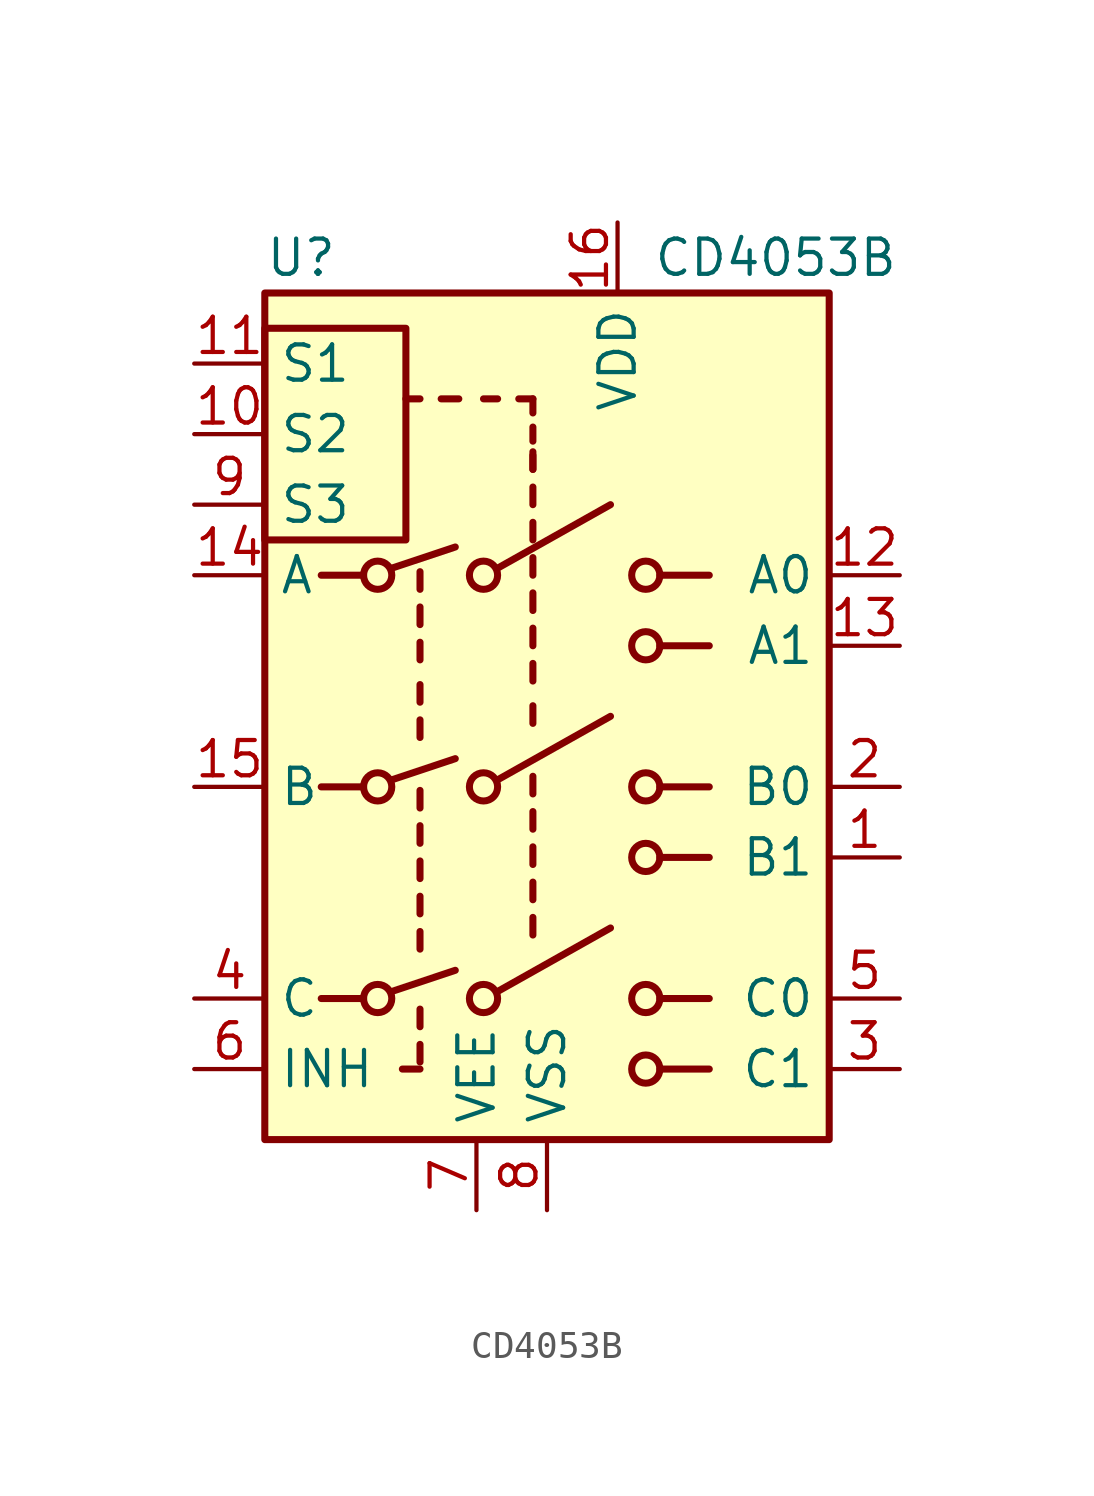
<source format=kicad_sym>
(kicad_symbol_lib
  (version 20200908)
  (generator kicad_symbol_editor)
  (symbol "Analog_Switch:CD4053B"
    (property "Reference" "U"
      (at -10.16 16.51 0)
      (effects (font (size 1.27 1.27)) (justify left)))
    (property "Value" "CD4053B"
      (at 3.81 16.51 0)
      (effects (font (size 1.27 1.27)) (justify left)))
    (symbol "CD4053B_0_1"
      (circle (center -6.096 -10.16) (radius 0.508) (stroke (width 0.254)) (fill (type none)))
      (circle (center -6.096 -2.54) (radius 0.508) (stroke (width 0.254)) (fill (type none)))
      (circle (center -6.096 5.08) (radius 0.508) (stroke (width 0.254)) (fill (type none)))
      (circle (center -2.286 -10.16) (radius 0.508) (stroke (width 0.254)) (fill (type none)))
      (circle (center -2.286 -2.54) (radius 0.508) (stroke (width 0.254)) (fill (type none)))
      (circle (center -2.286 5.08) (radius 0.508) (stroke (width 0.254)) (fill (type none)))
      (circle (center 3.556 -12.7) (radius 0.508) (stroke (width 0.254)) (fill (type none)))
      (circle (center 3.556 -10.16) (radius 0.508) (stroke (width 0.254)) (fill (type none)))
      (circle (center 3.556 -5.08) (radius 0.508) (stroke (width 0.254)) (fill (type none)))
      (circle (center 3.556 -2.54) (radius 0.508) (stroke (width 0.254)) (fill (type none)))
      (circle (center 3.556 2.54) (radius 0.508) (stroke (width 0.254)) (fill (type none)))
      (circle (center 3.556 5.08) (radius 0.508) (stroke (width 0.254)) (fill (type none)))
      (rectangle (start -10.16 6.35) (end -5.08 13.97) (stroke (width 0.254)) (fill (type none)))
      (rectangle (start -10.16 15.24) (end 10.16 -15.24) (stroke (width 0.254)) (fill (type background)))
      (polyline (pts (xy -8.128 -10.16) (xy -6.604 -10.16)) (stroke (width 0.254)) (fill (type none)))
      (polyline (pts (xy -8.128 -2.54) (xy -6.604 -2.54)) (stroke (width 0.254)) (fill (type none)))
      (polyline (pts (xy -8.128 5.08) (xy -6.604 5.08)) (stroke (width 0.254)) (fill (type none)))
      (polyline (pts (xy -5.588 -9.906) (xy -3.302 -9.144)) (stroke (width 0.254)) (fill (type none)))
      (polyline (pts (xy -5.588 -2.286) (xy -3.302 -1.524)) (stroke (width 0.254)) (fill (type none)))
      (polyline (pts (xy -5.588 5.334) (xy -3.302 6.096)) (stroke (width 0.254)) (fill (type none)))
      (polyline (pts (xy -4.572 -12.7) (xy -5.207 -12.7)) (stroke (width 0.254)) (fill (type none)))
      (polyline (pts (xy -4.572 -12.446) (xy -4.572 -11.811)) (stroke (width 0.254)) (fill (type none)))
      (polyline (pts (xy -4.572 -11.176) (xy -4.572 -10.541)) (stroke (width 0.254)) (fill (type none)))
      (polyline (pts (xy -4.572 -8.382) (xy -4.572 -7.747)) (stroke (width 0.254)) (fill (type none)))
      (polyline (pts (xy -4.572 -7.112) (xy -4.572 -6.477)) (stroke (width 0.254)) (fill (type none)))
      (polyline (pts (xy -4.572 -5.842) (xy -4.572 -5.207)) (stroke (width 0.254)) (fill (type none)))
      (polyline (pts (xy -4.572 -4.572) (xy -4.572 -3.937)) (stroke (width 0.254)) (fill (type none)))
      (polyline (pts (xy -4.572 -3.302) (xy -4.572 -2.667)) (stroke (width 0.254)) (fill (type none)))
      (polyline (pts (xy -4.572 -0.762) (xy -4.572 -0.127)) (stroke (width 0.254)) (fill (type none)))
      (polyline (pts (xy -4.572 0.508) (xy -4.572 1.143)) (stroke (width 0.254)) (fill (type none)))
      (polyline (pts (xy -4.572 2.032) (xy -4.572 2.667)) (stroke (width 0.254)) (fill (type none)))
      (polyline (pts (xy -4.572 3.302) (xy -4.572 3.937)) (stroke (width 0.254)) (fill (type none)))
      (polyline (pts (xy -4.572 4.572) (xy -4.572 5.207)) (stroke (width 0.254)) (fill (type none)))
      (polyline (pts (xy -4.572 11.43) (xy -5.08 11.43)) (stroke (width 0.254)) (fill (type none)))
      (polyline (pts (xy -3.81 11.43) (xy -3.175 11.43)) (stroke (width 0.254)) (fill (type none)))
      (polyline (pts (xy -1.778 -9.906) (xy 2.286 -7.62)) (stroke (width 0.254)) (fill (type none)))
      (polyline (pts (xy -1.778 -2.286) (xy 2.286 0)) (stroke (width 0.254)) (fill (type none)))
      (polyline (pts (xy -1.778 5.334) (xy 2.286 7.62)) (stroke (width 0.254)) (fill (type none)))
      (polyline (pts (xy -1.778 11.43) (xy -2.286 11.43)) (stroke (width 0.254)) (fill (type none)))
      (polyline (pts (xy -0.508 -7.874) (xy -0.508 -7.239)) (stroke (width 0.254)) (fill (type none)))
      (polyline (pts (xy -0.508 -6.604) (xy -0.508 -5.969)) (stroke (width 0.254)) (fill (type none)))
      (polyline (pts (xy -0.508 -5.334) (xy -0.508 -4.699)) (stroke (width 0.254)) (fill (type none)))
      (polyline (pts (xy -0.508 -4.064) (xy -0.508 -3.429)) (stroke (width 0.254)) (fill (type none)))
      (polyline (pts (xy -0.508 -2.794) (xy -0.508 -2.159)) (stroke (width 0.254)) (fill (type none)))
      (polyline (pts (xy -0.508 -0.254) (xy -0.508 0.381)) (stroke (width 0.254)) (fill (type none)))
      (polyline (pts (xy -0.508 1.27) (xy -0.508 1.905)) (stroke (width 0.254)) (fill (type none)))
      (polyline (pts (xy -0.508 2.54) (xy -0.508 3.175)) (stroke (width 0.254)) (fill (type none)))
      (polyline (pts (xy -0.508 3.81) (xy -0.508 4.445)) (stroke (width 0.254)) (fill (type none)))
      (polyline (pts (xy -0.508 5.08) (xy -0.508 5.715)) (stroke (width 0.254)) (fill (type none)))
      (polyline (pts (xy -0.508 6.35) (xy -0.508 6.985)) (stroke (width 0.254)) (fill (type none)))
      (polyline (pts (xy -0.508 7.62) (xy -0.508 8.255)) (stroke (width 0.254)) (fill (type none)))
      (polyline (pts (xy -0.508 8.89) (xy -0.508 9.398)) (stroke (width 0.254)) (fill (type none)))
      (polyline (pts (xy -0.508 8.89) (xy -0.508 9.525)) (stroke (width 0.254)) (fill (type none)))
      (polyline (pts (xy -0.508 9.906) (xy -0.508 10.414)) (stroke (width 0.254)) (fill (type none)))
      (polyline (pts (xy -0.508 10.922) (xy -0.508 11.43)) (stroke (width 0.254)) (fill (type none)))
      (polyline (pts (xy -0.508 11.43) (xy -1.016 11.43)) (stroke (width 0.254)) (fill (type none)))
      (polyline (pts (xy 4.064 -12.7) (xy 5.842 -12.7)) (stroke (width 0.254)) (fill (type none)))
      (polyline (pts (xy 4.064 -10.16) (xy 5.842 -10.16)) (stroke (width 0.254)) (fill (type none)))
      (polyline (pts (xy 4.064 -5.08) (xy 5.842 -5.08)) (stroke (width 0.254)) (fill (type none)))
      (polyline (pts (xy 4.064 -2.54) (xy 5.842 -2.54)) (stroke (width 0.254)) (fill (type none)))
      (polyline (pts (xy 4.064 2.54) (xy 5.842 2.54)) (stroke (width 0.254)) (fill (type none)))
      (polyline (pts (xy 4.064 5.08) (xy 5.842 5.08)) (stroke (width 0.254)) (fill (type none))))
    (symbol "CD4053B_1_1"
      (pin bidirectional line (at 12.7 -5.08 180) (length 2.54) (name "B1" (effects (font (size 1.27 1.27)))) (number "1" (effects (font (size 1.27 1.27)))))
      (pin input line (at -12.7 10.16 0) (length 2.54) (name "S2" (effects (font (size 1.27 1.27)))) (number "10" (effects (font (size 1.27 1.27)))))
      (pin input line (at -12.7 12.7 0) (length 2.54) (name "S1" (effects (font (size 1.27 1.27)))) (number "11" (effects (font (size 1.27 1.27)))))
      (pin bidirectional line (at 12.7 5.08 180) (length 2.54) (name "A0" (effects (font (size 1.27 1.27)))) (number "12" (effects (font (size 1.27 1.27)))))
      (pin bidirectional line (at 12.7 2.54 180) (length 2.54) (name "A1" (effects (font (size 1.27 1.27)))) (number "13" (effects (font (size 1.27 1.27)))))
      (pin bidirectional line (at -12.7 5.08 0) (length 2.54) (name "A" (effects (font (size 1.27 1.27)))) (number "14" (effects (font (size 1.27 1.27)))))
      (pin bidirectional line (at -12.7 -2.54 0) (length 2.54) (name "B" (effects (font (size 1.27 1.27)))) (number "15" (effects (font (size 1.27 1.27)))))
      (pin power_in line (at 2.54 17.78 270) (length 2.54) (name "VDD" (effects (font (size 1.27 1.27)))) (number "16" (effects (font (size 1.27 1.27)))))
      (pin bidirectional line (at 12.7 -2.54 180) (length 2.54) (name "B0" (effects (font (size 1.27 1.27)))) (number "2" (effects (font (size 1.27 1.27)))))
      (pin bidirectional line (at 12.7 -12.7 180) (length 2.54) (name "C1" (effects (font (size 1.27 1.27)))) (number "3" (effects (font (size 1.27 1.27)))))
      (pin bidirectional line (at -12.7 -10.16 0) (length 2.54) (name "C" (effects (font (size 1.27 1.27)))) (number "4" (effects (font (size 1.27 1.27)))))
      (pin bidirectional line (at 12.7 -10.16 180) (length 2.54) (name "C0" (effects (font (size 1.27 1.27)))) (number "5" (effects (font (size 1.27 1.27)))))
      (pin input line (at -12.7 -12.7 0) (length 2.54) (name "INH" (effects (font (size 1.27 1.27)))) (number "6" (effects (font (size 1.27 1.27)))))
      (pin power_in line (at -2.54 -17.78 90) (length 2.54) (name "VEE" (effects (font (size 1.27 1.27)))) (number "7" (effects (font (size 1.27 1.27)))))
      (pin power_in line (at 0 -17.78 90) (length 2.54) (name "VSS" (effects (font (size 1.27 1.27)))) (number "8" (effects (font (size 1.27 1.27)))))
      (pin input line (at -12.7 7.62 0) (length 2.54) (name "S3" (effects (font (size 1.27 1.27)))) (number "9" (effects (font (size 1.27 1.27))))))))
</source>
